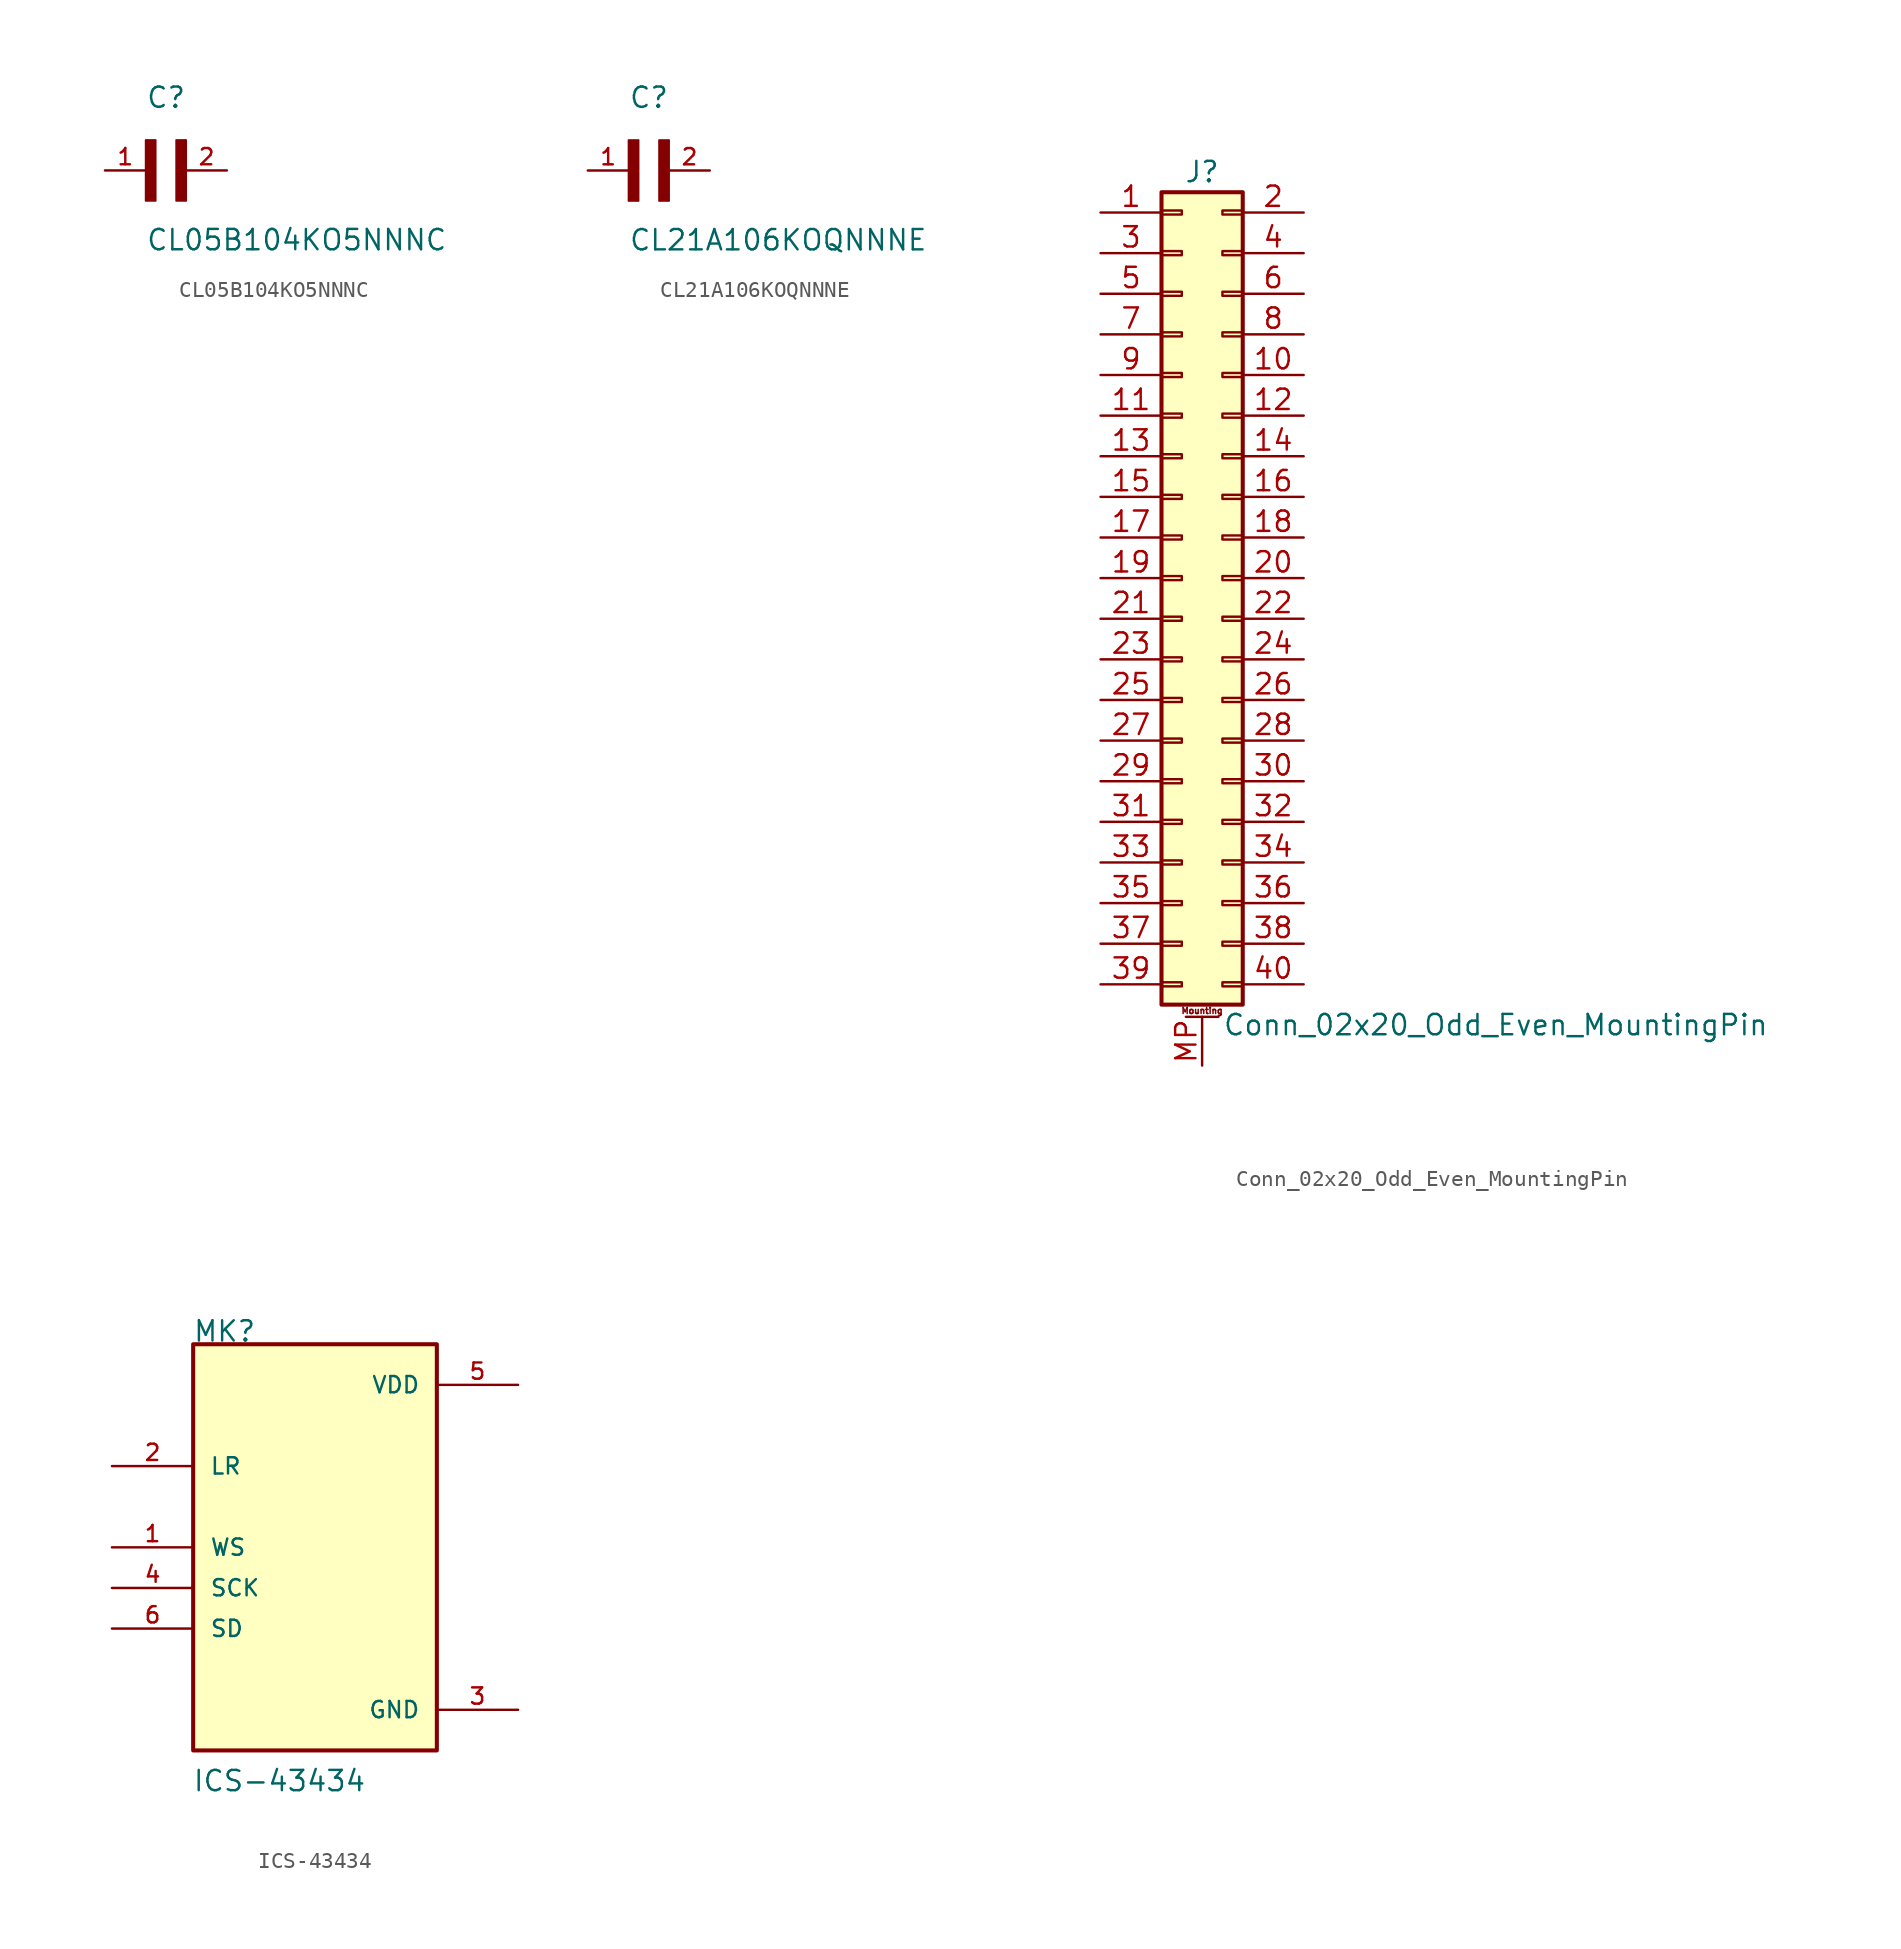
<source format=kicad_sym>
(kicad_symbol_lib
  (version 20241209)
  (generator "kicad_symbol_editor")
  (generator_version "9.0")
  (symbol "CL05B104KO5NNNC"
    (pin_names
      (offset 1.016))
    (property "Reference" "C"
      (at 0 3.811 0)
      (effects (font (size 1.27 1.27)) (justify left bottom)))
    (property "Value" "CL05B104KO5NNNC"
      (at 0 -5.088 0)
      (effects (font (size 1.27 1.27)) (justify left bottom)))
    (symbol "CL05B104KO5NNNC_0_0"
      (rectangle (start 0 -1.907) (end 0.635 1.905) (stroke (width 0.1) (type default)) (fill (type outline)))
      (rectangle (start 1.907 -1.907) (end 2.54 1.905) (stroke (width 0.1) (type default)) (fill (type outline)))
      (pin passive line (at -2.54 0 0) (length 2.54) (name "~" (effects (font (size 1.016 1.016)))) (number "1" (effects (font (size 1.016 1.016)))))
      (pin passive line (at 5.08 0 180) (length 2.54) (name "~" (effects (font (size 1.016 1.016)))) (number "2" (effects (font (size 1.016 1.016)))))))
  (symbol "CL21A106KOQNNNE"
    (pin_names
      (offset 1.016))
    (property "Reference" "C"
      (at 0 3.811 0)
      (effects (font (size 1.27 1.27)) (justify left bottom)))
    (property "Value" "CL21A106KOQNNNE"
      (at 0 -5.088 0)
      (effects (font (size 1.27 1.27)) (justify left bottom)))
    (symbol "CL21A106KOQNNNE_0_0"
      (rectangle (start 0 -1.907) (end 0.635 1.905) (stroke (width 0.1) (type default)) (fill (type outline)))
      (rectangle (start 1.907 -1.907) (end 2.54 1.905) (stroke (width 0.1) (type default)) (fill (type outline)))
      (pin passive line (at -2.54 0 0) (length 2.54) (name "~" (effects (font (size 1.016 1.016)))) (number "1" (effects (font (size 1.016 1.016)))))
      (pin passive line (at 5.08 0 180) (length 2.54) (name "~" (effects (font (size 1.016 1.016)))) (number "2" (effects (font (size 1.016 1.016)))))))
  (symbol "Conn_02x20_Odd_Even_MountingPin"
    (pin_names
      (offset 1.016)
      (hide yes))
    (property "Reference" "J"
      (at 1.27 25.4 0)
      (effects (font (size 1.27 1.27))))
    (property "Value" "Conn_02x20_Odd_Even_MountingPin"
      (at 2.54 -27.94 0)
      (effects (font (size 1.27 1.27)) (justify left)))
    (symbol "Conn_02x20_Odd_Even_MountingPin_1_1"
      (rectangle (start -1.27 24.13) (end 3.81 -26.67) (stroke (width 0.254) (type default)) (fill (type background)))
      (rectangle (start -1.27 22.987) (end 0 22.733) (stroke (width 0.152) (type default)) (fill (type none)))
      (rectangle (start -1.27 20.447) (end 0 20.193) (stroke (width 0.152) (type default)) (fill (type none)))
      (rectangle (start -1.27 17.907) (end 0 17.653) (stroke (width 0.152) (type default)) (fill (type none)))
      (rectangle (start -1.27 15.367) (end 0 15.113) (stroke (width 0.152) (type default)) (fill (type none)))
      (rectangle (start -1.27 12.827) (end 0 12.573) (stroke (width 0.152) (type default)) (fill (type none)))
      (rectangle (start -1.27 10.287) (end 0 10.033) (stroke (width 0.152) (type default)) (fill (type none)))
      (rectangle (start -1.27 7.747) (end 0 7.493) (stroke (width 0.152) (type default)) (fill (type none)))
      (rectangle (start -1.27 5.207) (end 0 4.953) (stroke (width 0.152) (type default)) (fill (type none)))
      (rectangle (start -1.27 2.667) (end 0 2.413) (stroke (width 0.152) (type default)) (fill (type none)))
      (rectangle (start -1.27 0.127) (end 0 -0.127) (stroke (width 0.152) (type default)) (fill (type none)))
      (rectangle (start -1.27 -2.413) (end 0 -2.667) (stroke (width 0.152) (type default)) (fill (type none)))
      (rectangle (start -1.27 -4.953) (end 0 -5.207) (stroke (width 0.152) (type default)) (fill (type none)))
      (rectangle (start -1.27 -7.493) (end 0 -7.747) (stroke (width 0.152) (type default)) (fill (type none)))
      (rectangle (start -1.27 -10.033) (end 0 -10.287) (stroke (width 0.152) (type default)) (fill (type none)))
      (rectangle (start -1.27 -12.573) (end 0 -12.827) (stroke (width 0.152) (type default)) (fill (type none)))
      (rectangle (start -1.27 -15.113) (end 0 -15.367) (stroke (width 0.152) (type default)) (fill (type none)))
      (rectangle (start -1.27 -17.653) (end 0 -17.907) (stroke (width 0.152) (type default)) (fill (type none)))
      (rectangle (start -1.27 -20.193) (end 0 -20.447) (stroke (width 0.152) (type default)) (fill (type none)))
      (rectangle (start -1.27 -22.733) (end 0 -22.987) (stroke (width 0.152) (type default)) (fill (type none)))
      (rectangle (start -1.27 -25.273) (end 0 -25.527) (stroke (width 0.152) (type default)) (fill (type none)))
      (polyline (pts (xy 0.254 -27.432) (xy 2.286 -27.432)) (stroke (width 0.152) (type default)) (fill (type none)))
      (rectangle (start 3.81 22.987) (end 2.54 22.733) (stroke (width 0.152) (type default)) (fill (type none)))
      (rectangle (start 3.81 20.447) (end 2.54 20.193) (stroke (width 0.152) (type default)) (fill (type none)))
      (rectangle (start 3.81 17.907) (end 2.54 17.653) (stroke (width 0.152) (type default)) (fill (type none)))
      (rectangle (start 3.81 15.367) (end 2.54 15.113) (stroke (width 0.152) (type default)) (fill (type none)))
      (rectangle (start 3.81 12.827) (end 2.54 12.573) (stroke (width 0.152) (type default)) (fill (type none)))
      (rectangle (start 3.81 10.287) (end 2.54 10.033) (stroke (width 0.152) (type default)) (fill (type none)))
      (rectangle (start 3.81 7.747) (end 2.54 7.493) (stroke (width 0.152) (type default)) (fill (type none)))
      (rectangle (start 3.81 5.207) (end 2.54 4.953) (stroke (width 0.152) (type default)) (fill (type none)))
      (rectangle (start 3.81 2.667) (end 2.54 2.413) (stroke (width 0.152) (type default)) (fill (type none)))
      (rectangle (start 3.81 0.127) (end 2.54 -0.127) (stroke (width 0.152) (type default)) (fill (type none)))
      (rectangle (start 3.81 -2.413) (end 2.54 -2.667) (stroke (width 0.152) (type default)) (fill (type none)))
      (rectangle (start 3.81 -4.953) (end 2.54 -5.207) (stroke (width 0.152) (type default)) (fill (type none)))
      (rectangle (start 3.81 -7.493) (end 2.54 -7.747) (stroke (width 0.152) (type default)) (fill (type none)))
      (rectangle (start 3.81 -10.033) (end 2.54 -10.287) (stroke (width 0.152) (type default)) (fill (type none)))
      (rectangle (start 3.81 -12.573) (end 2.54 -12.827) (stroke (width 0.152) (type default)) (fill (type none)))
      (rectangle (start 3.81 -15.113) (end 2.54 -15.367) (stroke (width 0.152) (type default)) (fill (type none)))
      (rectangle (start 3.81 -17.653) (end 2.54 -17.907) (stroke (width 0.152) (type default)) (fill (type none)))
      (rectangle (start 3.81 -20.193) (end 2.54 -20.447) (stroke (width 0.152) (type default)) (fill (type none)))
      (rectangle (start 3.81 -22.733) (end 2.54 -22.987) (stroke (width 0.152) (type default)) (fill (type none)))
      (rectangle (start 3.81 -25.273) (end 2.54 -25.527) (stroke (width 0.152) (type default)) (fill (type none)))
      (text "Mounting" (at 1.27 -27.051 0) (effects (font (size 0.381 0.381))))
      (pin passive line (at -5.08 22.86 0) (length 3.81) (name "Pin_1" (effects (font (size 1.27 1.27)))) (number "1" (effects (font (size 1.27 1.27)))))
      (pin passive line (at -5.08 20.32 0) (length 3.81) (name "Pin_3" (effects (font (size 1.27 1.27)))) (number "3" (effects (font (size 1.27 1.27)))))
      (pin passive line (at -5.08 17.78 0) (length 3.81) (name "Pin_5" (effects (font (size 1.27 1.27)))) (number "5" (effects (font (size 1.27 1.27)))))
      (pin passive line (at -5.08 15.24 0) (length 3.81) (name "Pin_7" (effects (font (size 1.27 1.27)))) (number "7" (effects (font (size 1.27 1.27)))))
      (pin passive line (at -5.08 12.7 0) (length 3.81) (name "Pin_9" (effects (font (size 1.27 1.27)))) (number "9" (effects (font (size 1.27 1.27)))))
      (pin passive line (at -5.08 10.16 0) (length 3.81) (name "Pin_11" (effects (font (size 1.27 1.27)))) (number "11" (effects (font (size 1.27 1.27)))))
      (pin passive line (at -5.08 7.62 0) (length 3.81) (name "Pin_13" (effects (font (size 1.27 1.27)))) (number "13" (effects (font (size 1.27 1.27)))))
      (pin passive line (at -5.08 5.08 0) (length 3.81) (name "Pin_15" (effects (font (size 1.27 1.27)))) (number "15" (effects (font (size 1.27 1.27)))))
      (pin passive line (at -5.08 2.54 0) (length 3.81) (name "Pin_17" (effects (font (size 1.27 1.27)))) (number "17" (effects (font (size 1.27 1.27)))))
      (pin passive line (at -5.08 0 0) (length 3.81) (name "Pin_19" (effects (font (size 1.27 1.27)))) (number "19" (effects (font (size 1.27 1.27)))))
      (pin passive line (at -5.08 -2.54 0) (length 3.81) (name "Pin_21" (effects (font (size 1.27 1.27)))) (number "21" (effects (font (size 1.27 1.27)))))
      (pin passive line (at -5.08 -5.08 0) (length 3.81) (name "Pin_23" (effects (font (size 1.27 1.27)))) (number "23" (effects (font (size 1.27 1.27)))))
      (pin passive line (at -5.08 -7.62 0) (length 3.81) (name "Pin_25" (effects (font (size 1.27 1.27)))) (number "25" (effects (font (size 1.27 1.27)))))
      (pin passive line (at -5.08 -10.16 0) (length 3.81) (name "Pin_27" (effects (font (size 1.27 1.27)))) (number "27" (effects (font (size 1.27 1.27)))))
      (pin passive line (at -5.08 -12.7 0) (length 3.81) (name "Pin_29" (effects (font (size 1.27 1.27)))) (number "29" (effects (font (size 1.27 1.27)))))
      (pin passive line (at -5.08 -15.24 0) (length 3.81) (name "Pin_31" (effects (font (size 1.27 1.27)))) (number "31" (effects (font (size 1.27 1.27)))))
      (pin passive line (at -5.08 -17.78 0) (length 3.81) (name "Pin_33" (effects (font (size 1.27 1.27)))) (number "33" (effects (font (size 1.27 1.27)))))
      (pin passive line (at -5.08 -20.32 0) (length 3.81) (name "Pin_35" (effects (font (size 1.27 1.27)))) (number "35" (effects (font (size 1.27 1.27)))))
      (pin passive line (at -5.08 -22.86 0) (length 3.81) (name "Pin_37" (effects (font (size 1.27 1.27)))) (number "37" (effects (font (size 1.27 1.27)))))
      (pin passive line (at -5.08 -25.4 0) (length 3.81) (name "Pin_39" (effects (font (size 1.27 1.27)))) (number "39" (effects (font (size 1.27 1.27)))))
      (pin passive line (at 1.27 -30.48 90) (length 3.048) (name "MountPin" (effects (font (size 1.27 1.27)))) (number "MP" (effects (font (size 1.27 1.27)))))
      (pin passive line (at 7.62 22.86 180) (length 3.81) (name "Pin_2" (effects (font (size 1.27 1.27)))) (number "2" (effects (font (size 1.27 1.27)))))
      (pin passive line (at 7.62 20.32 180) (length 3.81) (name "Pin_4" (effects (font (size 1.27 1.27)))) (number "4" (effects (font (size 1.27 1.27)))))
      (pin passive line (at 7.62 17.78 180) (length 3.81) (name "Pin_6" (effects (font (size 1.27 1.27)))) (number "6" (effects (font (size 1.27 1.27)))))
      (pin passive line (at 7.62 15.24 180) (length 3.81) (name "Pin_8" (effects (font (size 1.27 1.27)))) (number "8" (effects (font (size 1.27 1.27)))))
      (pin passive line (at 7.62 12.7 180) (length 3.81) (name "Pin_10" (effects (font (size 1.27 1.27)))) (number "10" (effects (font (size 1.27 1.27)))))
      (pin passive line (at 7.62 10.16 180) (length 3.81) (name "Pin_12" (effects (font (size 1.27 1.27)))) (number "12" (effects (font (size 1.27 1.27)))))
      (pin passive line (at 7.62 7.62 180) (length 3.81) (name "Pin_14" (effects (font (size 1.27 1.27)))) (number "14" (effects (font (size 1.27 1.27)))))
      (pin passive line (at 7.62 5.08 180) (length 3.81) (name "Pin_16" (effects (font (size 1.27 1.27)))) (number "16" (effects (font (size 1.27 1.27)))))
      (pin passive line (at 7.62 2.54 180) (length 3.81) (name "Pin_18" (effects (font (size 1.27 1.27)))) (number "18" (effects (font (size 1.27 1.27)))))
      (pin passive line (at 7.62 0 180) (length 3.81) (name "Pin_20" (effects (font (size 1.27 1.27)))) (number "20" (effects (font (size 1.27 1.27)))))
      (pin passive line (at 7.62 -2.54 180) (length 3.81) (name "Pin_22" (effects (font (size 1.27 1.27)))) (number "22" (effects (font (size 1.27 1.27)))))
      (pin passive line (at 7.62 -5.08 180) (length 3.81) (name "Pin_24" (effects (font (size 1.27 1.27)))) (number "24" (effects (font (size 1.27 1.27)))))
      (pin passive line (at 7.62 -7.62 180) (length 3.81) (name "Pin_26" (effects (font (size 1.27 1.27)))) (number "26" (effects (font (size 1.27 1.27)))))
      (pin passive line (at 7.62 -10.16 180) (length 3.81) (name "Pin_28" (effects (font (size 1.27 1.27)))) (number "28" (effects (font (size 1.27 1.27)))))
      (pin passive line (at 7.62 -12.7 180) (length 3.81) (name "Pin_30" (effects (font (size 1.27 1.27)))) (number "30" (effects (font (size 1.27 1.27)))))
      (pin passive line (at 7.62 -15.24 180) (length 3.81) (name "Pin_32" (effects (font (size 1.27 1.27)))) (number "32" (effects (font (size 1.27 1.27)))))
      (pin passive line (at 7.62 -17.78 180) (length 3.81) (name "Pin_34" (effects (font (size 1.27 1.27)))) (number "34" (effects (font (size 1.27 1.27)))))
      (pin passive line (at 7.62 -20.32 180) (length 3.81) (name "Pin_36" (effects (font (size 1.27 1.27)))) (number "36" (effects (font (size 1.27 1.27)))))
      (pin passive line (at 7.62 -22.86 180) (length 3.81) (name "Pin_38" (effects (font (size 1.27 1.27)))) (number "38" (effects (font (size 1.27 1.27)))))
      (pin passive line (at 7.62 -25.4 180) (length 3.81) (name "Pin_40" (effects (font (size 1.27 1.27)))) (number "40" (effects (font (size 1.27 1.27)))))))
  (symbol "ICS-43434"
    (pin_names
      (offset 1.016))
    (property "Reference" "MK"
      (at -7.662 12.769 0)
      (effects (font (size 1.27 1.27)) (justify left bottom)))
    (property "Value" "ICS-43434"
      (at -7.675 -15.35 0)
      (effects (font (size 1.27 1.27)) (justify left bottom)))
    (symbol "ICS-43434_0_0"
      (rectangle (start -7.62 -12.7) (end 7.62 12.7) (stroke (width 0.254) (type default)) (fill (type background)))
      (pin input line (at -12.7 5.08 0) (length 5.08) (name "LR" (effects (font (size 1.016 1.016)))) (number "2" (effects (font (size 1.016 1.016)))))
      (pin input line (at -12.7 0 0) (length 5.08) (name "WS" (effects (font (size 1.016 1.016)))) (number "1" (effects (font (size 1.016 1.016)))))
      (pin input line (at -12.7 -2.54 0) (length 5.08) (name "SCK" (effects (font (size 1.016 1.016)))) (number "4" (effects (font (size 1.016 1.016)))))
      (pin output line (at -12.7 -5.08 0) (length 5.08) (name "SD" (effects (font (size 1.016 1.016)))) (number "6" (effects (font (size 1.016 1.016)))))
      (pin power_in line (at 12.7 10.16 180) (length 5.08) (name "VDD" (effects (font (size 1.016 1.016)))) (number "5" (effects (font (size 1.016 1.016)))))
      (pin power_in line (at 12.7 -10.16 180) (length 5.08) (name "GND" (effects (font (size 1.016 1.016)))) (number "3" (effects (font (size 1.016 1.016))))))))
</source>
